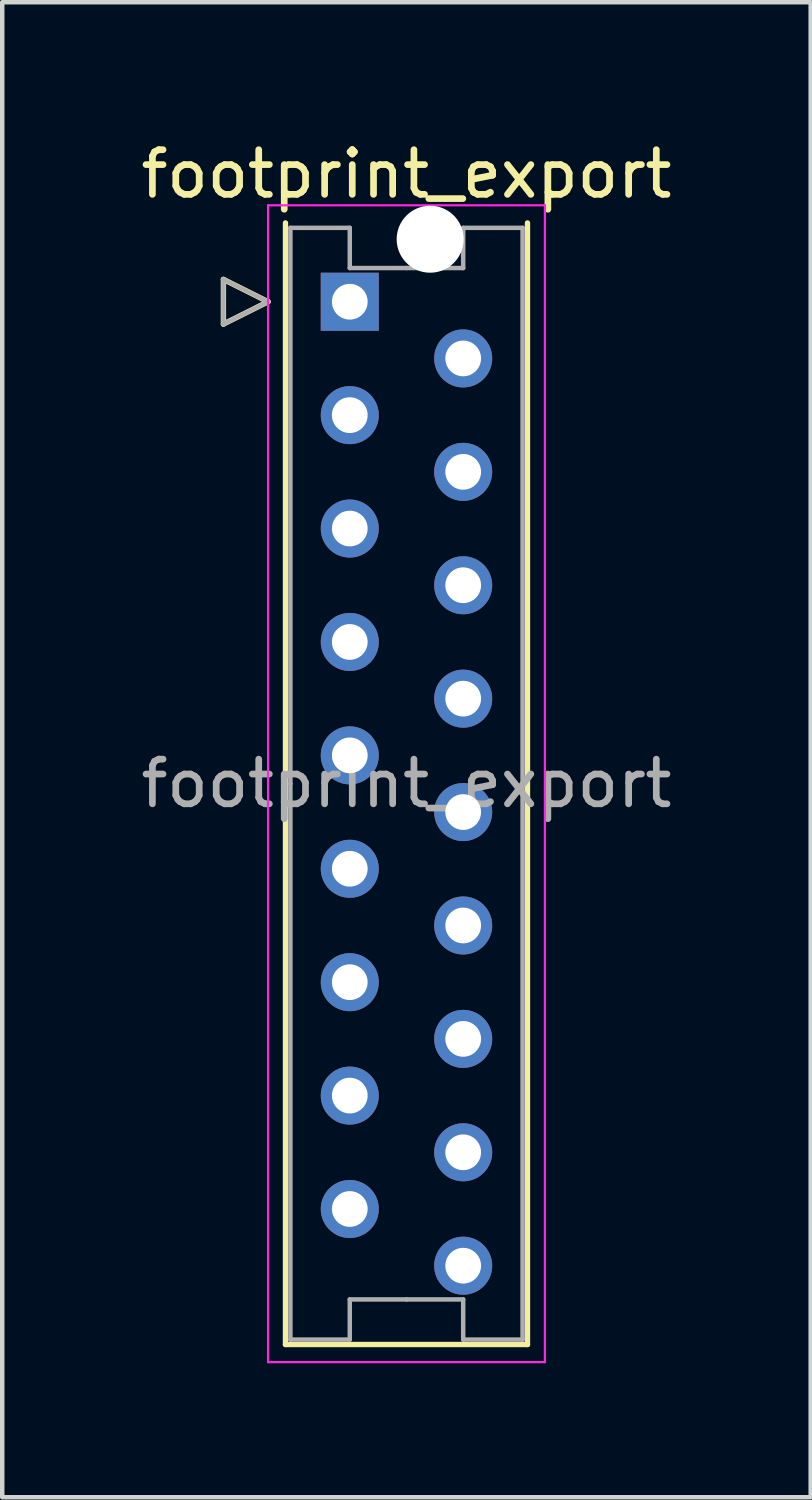
<source format=kicad_pcb>
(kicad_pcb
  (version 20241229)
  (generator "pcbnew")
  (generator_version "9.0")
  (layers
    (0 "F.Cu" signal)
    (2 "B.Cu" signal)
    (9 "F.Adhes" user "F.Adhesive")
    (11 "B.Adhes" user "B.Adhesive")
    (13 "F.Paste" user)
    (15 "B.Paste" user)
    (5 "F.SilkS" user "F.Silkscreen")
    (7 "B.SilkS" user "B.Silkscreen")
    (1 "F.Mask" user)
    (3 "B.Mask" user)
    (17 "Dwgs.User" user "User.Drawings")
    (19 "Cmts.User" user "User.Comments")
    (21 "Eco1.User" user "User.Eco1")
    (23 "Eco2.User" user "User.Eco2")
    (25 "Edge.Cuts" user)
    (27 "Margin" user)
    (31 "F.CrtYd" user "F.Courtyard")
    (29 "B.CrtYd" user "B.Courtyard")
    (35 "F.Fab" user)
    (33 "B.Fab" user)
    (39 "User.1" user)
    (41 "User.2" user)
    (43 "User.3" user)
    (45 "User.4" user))
  (footprint "footprint_export"
    (layer "F.Cu")
    (at 4.784 3.708)
    (property "Reference" "footprint_export" (at 1.27 -2.86 0) (layer "F.SilkS") (effects (font (size 1 1) (thickness 0.15))))
    (attr through_hole)
    (fp_line (start -2.83 -0.5) (end -1.83 0) (stroke (width 0.12) (type solid)) (layer "F.SilkS"))
    (fp_line (start -2.83 0.5) (end -2.83 -0.5) (stroke (width 0.12) (type solid)) (layer "F.SilkS"))
    (fp_line (start -1.83 0) (end -2.83 0.5) (stroke (width 0.12) (type solid)) (layer "F.SilkS"))
    (fp_line (start -1.44 -1.765) (end -1.44 23.355) (stroke (width 0.12) (type solid)) (layer "F.SilkS"))
    (fp_line (start -1.44 23.355) (end 3.98 23.355) (stroke (width 0.12) (type solid)) (layer "F.SilkS"))
    (fp_line (start 3.98 23.355) (end 3.98 -1.765) (stroke (width 0.12) (type solid)) (layer "F.SilkS"))
    (fp_line (start -1.83 -2.16) (end -1.83 23.75) (stroke (width 0.05) (type solid)) (layer "F.CrtYd"))
    (fp_line (start -1.83 23.75) (end 4.37 23.75) (stroke (width 0.05) (type solid)) (layer "F.CrtYd"))
    (fp_line (start 4.37 -2.16) (end -1.83 -2.16) (stroke (width 0.05) (type solid)) (layer "F.CrtYd"))
    (fp_line (start 4.37 23.75) (end 4.37 -2.16) (stroke (width 0.05) (type solid)) (layer "F.CrtYd"))
    (fp_line (start -2.83 -0.5) (end -1.83 0) (stroke (width 0.1) (type solid)) (layer "F.Fab"))
    (fp_line (start -2.83 0.5) (end -2.83 -0.5) (stroke (width 0.1) (type solid)) (layer "F.Fab"))
    (fp_line (start -1.83 0) (end -2.83 0.5) (stroke (width 0.1) (type solid)) (layer "F.Fab"))
    (fp_line (start -1.33 -1.655) (end -1.33 10.795) (stroke (width 0.1) (type solid)) (layer "F.Fab"))
    (fp_line (start -1.33 23.245) (end -1.33 10.795) (stroke (width 0.1) (type solid)) (layer "F.Fab"))
    (fp_line (start 0 -1.655) (end -1.33 -1.655) (stroke (width 0.1) (type solid)) (layer "F.Fab"))
    (fp_line (start 0 -0.755) (end 0 -1.655) (stroke (width 0.1) (type solid)) (layer "F.Fab"))
    (fp_line (start 0 22.345) (end 0 23.245) (stroke (width 0.1) (type solid)) (layer "F.Fab"))
    (fp_line (start 0 23.245) (end -1.33 23.245) (stroke (width 0.1) (type solid)) (layer "F.Fab"))
    (fp_line (start 1.27 -0.755) (end 0 -0.755) (stroke (width 0.1) (type solid)) (layer "F.Fab"))
    (fp_line (start 1.27 -0.755) (end 2.54 -0.755) (stroke (width 0.1) (type solid)) (layer "F.Fab"))
    (fp_line (start 1.27 22.345) (end 0 22.345) (stroke (width 0.1) (type solid)) (layer "F.Fab"))
    (fp_line (start 1.27 22.345) (end 2.54 22.345) (stroke (width 0.1) (type solid)) (layer "F.Fab"))
    (fp_line (start 2.54 -1.655) (end 3.87 -1.655) (stroke (width 0.1) (type solid)) (layer "F.Fab"))
    (fp_line (start 2.54 -0.755) (end 2.54 -1.655) (stroke (width 0.1) (type solid)) (layer "F.Fab"))
    (fp_line (start 2.54 22.345) (end 2.54 23.245) (stroke (width 0.1) (type solid)) (layer "F.Fab"))
    (fp_line (start 2.54 23.245) (end 3.87 23.245) (stroke (width 0.1) (type solid)) (layer "F.Fab"))
    (fp_line (start 3.87 -1.655) (end 3.87 10.795) (stroke (width 0.1) (type solid)) (layer "F.Fab"))
    (fp_line (start 3.87 23.245) (end 3.87 10.795) (stroke (width 0.1) (type solid)) (layer "F.Fab"))
    (fp_text user "${REFERENCE}" (at 1.27 10.79 0) (layer "F.Fab") (effects (font (size 1 1) (thickness 0.15))))
    (pad "" np_thru_hole circle (at 1.8 -1.4) (size 1.5 1.5) (drill 1.5) (layers "*.Cu" "*.Mask"))
    (pad "1" thru_hole rect (at 0 0) (size 1.3 1.3) (drill 0.8) (layers "*.Cu" "*.Mask"))
    (pad "2" thru_hole circle (at 2.54 1.27) (size 1.3 1.3) (drill 0.8) (layers "*.Cu" "*.Mask"))
    (pad "3" thru_hole circle (at 0 2.54) (size 1.3 1.3) (drill 0.8) (layers "*.Cu" "*.Mask"))
    (pad "4" thru_hole circle (at 2.54 3.81) (size 1.3 1.3) (drill 0.8) (layers "*.Cu" "*.Mask"))
    (pad "5" thru_hole circle (at 0 5.08) (size 1.3 1.3) (drill 0.8) (layers "*.Cu" "*.Mask"))
    (pad "6" thru_hole circle (at 2.54 6.35) (size 1.3 1.3) (drill 0.8) (layers "*.Cu" "*.Mask"))
    (pad "7" thru_hole circle (at 0 7.62) (size 1.3 1.3) (drill 0.8) (layers "*.Cu" "*.Mask"))
    (pad "8" thru_hole circle (at 2.54 8.89) (size 1.3 1.3) (drill 0.8) (layers "*.Cu" "*.Mask"))
    (pad "9" thru_hole circle (at 0 10.16) (size 1.3 1.3) (drill 0.8) (layers "*.Cu" "*.Mask"))
    (pad "10" thru_hole circle (at 2.54 11.43) (size 1.3 1.3) (drill 0.8) (layers "*.Cu" "*.Mask"))
    (pad "11" thru_hole circle (at 0 12.7) (size 1.3 1.3) (drill 0.8) (layers "*.Cu" "*.Mask"))
    (pad "12" thru_hole circle (at 2.54 13.97) (size 1.3 1.3) (drill 0.8) (layers "*.Cu" "*.Mask"))
    (pad "13" thru_hole circle (at 0 15.24) (size 1.3 1.3) (drill 0.8) (layers "*.Cu" "*.Mask"))
    (pad "14" thru_hole circle (at 2.54 16.51) (size 1.3 1.3) (drill 0.8) (layers "*.Cu" "*.Mask"))
    (pad "15" thru_hole circle (at 0 17.78) (size 1.3 1.3) (drill 0.8) (layers "*.Cu" "*.Mask"))
    (pad "16" thru_hole circle (at 2.54 19.05) (size 1.3 1.3) (drill 0.8) (layers "*.Cu" "*.Mask"))
    (pad "17" thru_hole circle (at 0 20.32) (size 1.3 1.3) (drill 0.8) (layers "*.Cu" "*.Mask"))
    (pad "18" thru_hole circle (at 2.54 21.59) (size 1.3 1.3) (drill 0.8) (layers "*.Cu" "*.Mask")))
  (gr_rect
    (start -3 -3)
    (end 15.107 30.483)
    (stroke (width 0.1) (type default))
    (fill no)
    (layer "Edge.Cuts")))
</source>
